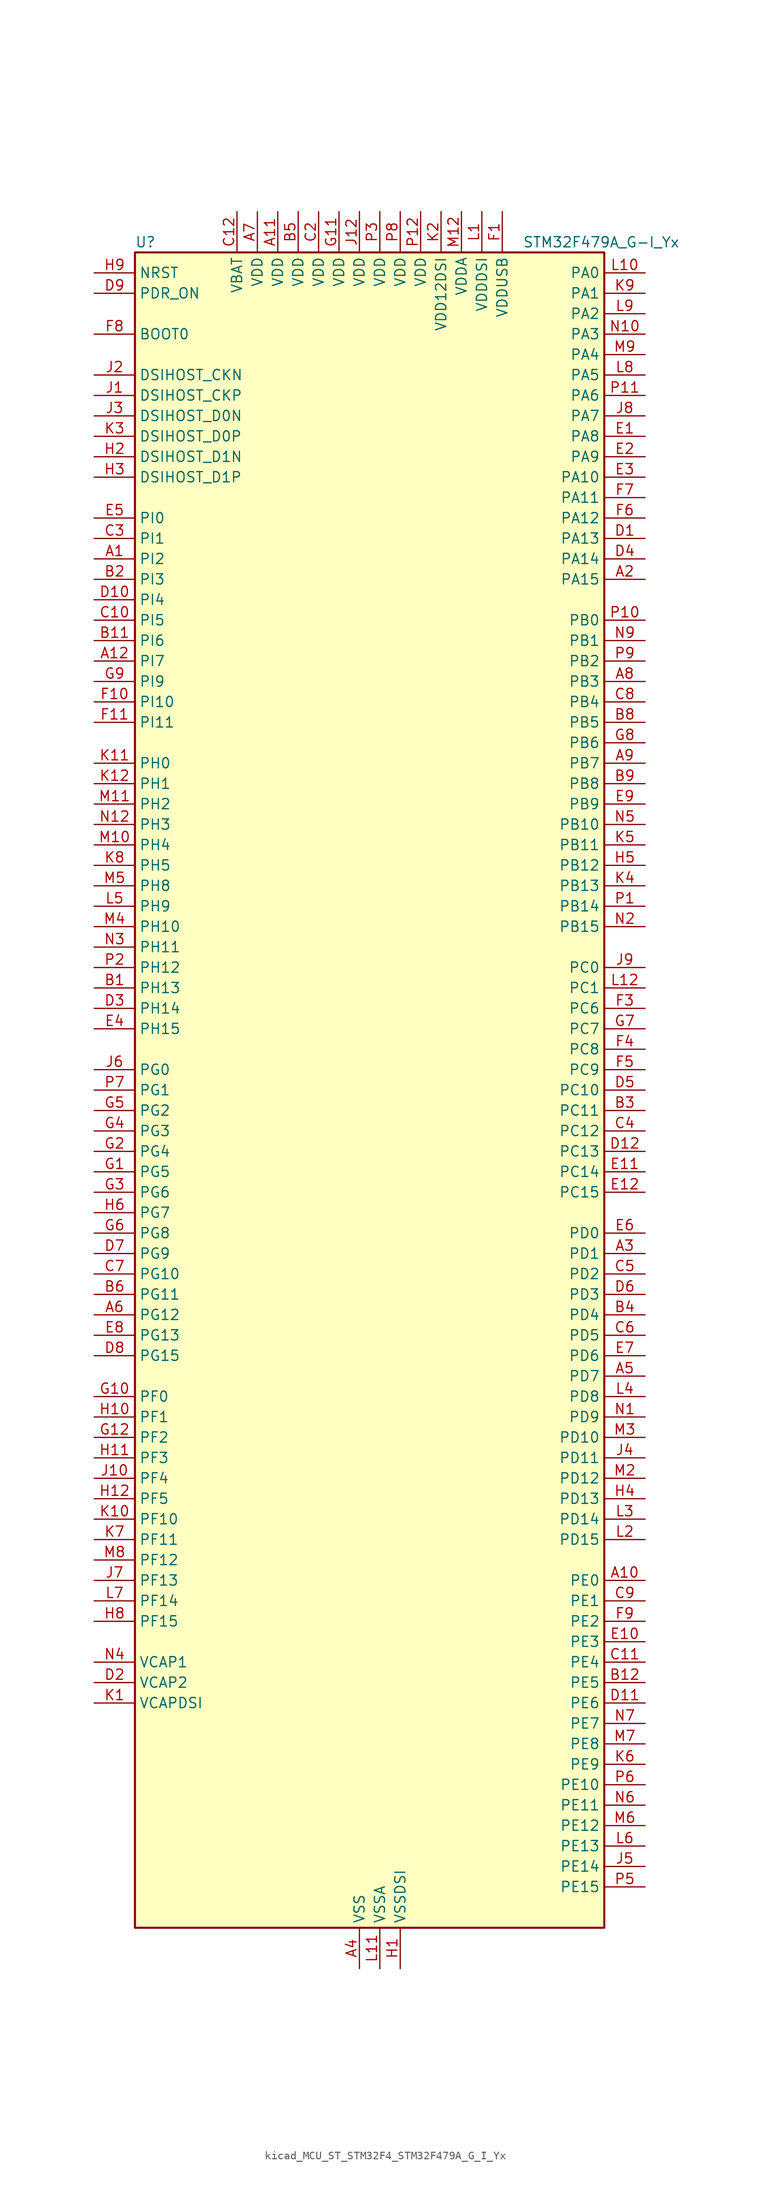
<source format=kicad_sym>
(kicad_symbol_lib
  (version 20220914)
  (generator kicad_symbol_editor)
  (symbol "kicad_MCU_ST_STM32F4_STM32F479A_G_I_Yx"
    (property "Reference" "U"
      (at -27.94 105.41 0)
      (effects (font (size 1.27 1.27)) (justify left)))
    (property "Value" "STM32F479A_G-I_Yx"
      (at 20.32 105.41 0)
      (effects (font (size 1.27 1.27)) (justify left)))
    (property "ki_locked" ""
      (at 0 0 0)
      (effects (font (size 1.27 1.27))))
    (symbol "kicad_MCU_ST_STM32F4_STM32F479A_G_I_Yx_0_1"
      (rectangle (start -27.94 -104.14) (end 30.48 104.14) (stroke (width 0.254) (type default)) (fill (type background))))
    (symbol "kicad_MCU_ST_STM32F4_STM32F479A_G_I_Yx_1_1"
      (pin bidirectional line (at -33.02 66.04 0) (length 5.08) (name "PI2" (effects (font (size 1.27 1.27)))) (number "A1" (effects (font (size 1.27 1.27)))) (alternate "DCMI_D9" bidirectional line) (alternate "FMC_D26" bidirectional line) (alternate "I2S2_ext_SD" bidirectional line) (alternate "LTDC_G7" bidirectional line) (alternate "SPI2_MISO" bidirectional line) (alternate "TIM8_CH4" bidirectional line))
      (pin bidirectional line (at 35.56 -60.96 180) (length 5.08) (name "PE0" (effects (font (size 1.27 1.27)))) (number "A10" (effects (font (size 1.27 1.27)))) (alternate "DCMI_D2" bidirectional line) (alternate "FMC_NBL0" bidirectional line) (alternate "TIM4_ETR" bidirectional line) (alternate "UART8_RX" bidirectional line))
      (pin power_in line (at -10.16 109.22 270) (length 5.08) (name "VDD" (effects (font (size 1.27 1.27)))) (number "A11" (effects (font (size 1.27 1.27)))))
      (pin bidirectional line (at -33.02 53.34 0) (length 5.08) (name "PI7" (effects (font (size 1.27 1.27)))) (number "A12" (effects (font (size 1.27 1.27)))) (alternate "DCMI_D7" bidirectional line) (alternate "FMC_D29" bidirectional line) (alternate "LTDC_B7" bidirectional line) (alternate "TIM8_CH3" bidirectional line))
      (pin bidirectional line (at 35.56 63.5 180) (length 5.08) (name "PA15" (effects (font (size 1.27 1.27)))) (number "A2" (effects (font (size 1.27 1.27)))) (alternate "ADC1_EXTI15" bidirectional line) (alternate "ADC2_EXTI15" bidirectional line) (alternate "ADC3_EXTI15" bidirectional line) (alternate "I2S3_WS" bidirectional line) (alternate "SPI1_NSS" bidirectional line) (alternate "SPI3_NSS" bidirectional line) (alternate "SYS_JTDI" bidirectional line) (alternate "TIM2_CH1" bidirectional line) (alternate "TIM2_ETR" bidirectional line))
      (pin bidirectional line (at 35.56 -20.32 180) (length 5.08) (name "PD1" (effects (font (size 1.27 1.27)))) (number "A3" (effects (font (size 1.27 1.27)))) (alternate "CAN1_TX" bidirectional line) (alternate "FMC_D3" bidirectional line) (alternate "FMC_DA3" bidirectional line))
      (pin power_in line (at 0 -109.22 90) (length 5.08) (name "VSS" (effects (font (size 1.27 1.27)))) (number "A4" (effects (font (size 1.27 1.27)))))
      (pin bidirectional line (at 35.56 -35.56 180) (length 5.08) (name "PD7" (effects (font (size 1.27 1.27)))) (number "A5" (effects (font (size 1.27 1.27)))) (alternate "FMC_NE1" bidirectional line) (alternate "USART2_CK" bidirectional line))
      (pin bidirectional line (at -33.02 -27.94 0) (length 5.08) (name "PG12" (effects (font (size 1.27 1.27)))) (number "A6" (effects (font (size 1.27 1.27)))) (alternate "FMC_NE4" bidirectional line) (alternate "LTDC_B1" bidirectional line) (alternate "LTDC_B4" bidirectional line) (alternate "SPI6_MISO" bidirectional line) (alternate "USART6_RTS" bidirectional line))
      (pin power_in line (at -12.7 109.22 270) (length 5.08) (name "VDD" (effects (font (size 1.27 1.27)))) (number "A7" (effects (font (size 1.27 1.27)))))
      (pin bidirectional line (at 35.56 50.8 180) (length 5.08) (name "PB3" (effects (font (size 1.27 1.27)))) (number "A8" (effects (font (size 1.27 1.27)))) (alternate "I2S3_CK" bidirectional line) (alternate "SPI1_SCK" bidirectional line) (alternate "SPI3_SCK" bidirectional line) (alternate "SYS_JTDO-SWO" bidirectional line) (alternate "TIM2_CH2" bidirectional line))
      (pin bidirectional line (at 35.56 40.64 180) (length 5.08) (name "PB7" (effects (font (size 1.27 1.27)))) (number "A9" (effects (font (size 1.27 1.27)))) (alternate "DCMI_VSYNC" bidirectional line) (alternate "FMC_NL" bidirectional line) (alternate "I2C1_SDA" bidirectional line) (alternate "TIM4_CH2" bidirectional line) (alternate "USART1_RX" bidirectional line))
      (pin bidirectional line (at -33.02 12.7 0) (length 5.08) (name "PH13" (effects (font (size 1.27 1.27)))) (number "B1" (effects (font (size 1.27 1.27)))) (alternate "CAN1_TX" bidirectional line) (alternate "FMC_D21" bidirectional line) (alternate "LTDC_G2" bidirectional line) (alternate "TIM8_CH1N" bidirectional line))
      (pin passive line (at 0 -109.22 90) (length 5.08) hide (name "VSS" (effects (font (size 1.27 1.27)))) (number "B10" (effects (font (size 1.27 1.27)))))
      (pin bidirectional line (at -33.02 55.88 0) (length 5.08) (name "PI6" (effects (font (size 1.27 1.27)))) (number "B11" (effects (font (size 1.27 1.27)))) (alternate "DCMI_D6" bidirectional line) (alternate "FMC_D28" bidirectional line) (alternate "LTDC_B6" bidirectional line) (alternate "TIM8_CH2" bidirectional line))
      (pin bidirectional line (at 35.56 -73.66 180) (length 5.08) (name "PE5" (effects (font (size 1.27 1.27)))) (number "B12" (effects (font (size 1.27 1.27)))) (alternate "DCMI_D6" bidirectional line) (alternate "FMC_A21" bidirectional line) (alternate "LTDC_G0" bidirectional line) (alternate "SAI1_SCK_A" bidirectional line) (alternate "SPI4_MISO" bidirectional line) (alternate "SYS_TRACED2" bidirectional line) (alternate "TIM9_CH1" bidirectional line))
      (pin bidirectional line (at -33.02 63.5 0) (length 5.08) (name "PI3" (effects (font (size 1.27 1.27)))) (number "B2" (effects (font (size 1.27 1.27)))) (alternate "DCMI_D10" bidirectional line) (alternate "FMC_D27" bidirectional line) (alternate "I2S2_SD" bidirectional line) (alternate "SPI2_MOSI" bidirectional line) (alternate "TIM8_ETR" bidirectional line))
      (pin bidirectional line (at 35.56 -2.54 180) (length 5.08) (name "PC11" (effects (font (size 1.27 1.27)))) (number "B3" (effects (font (size 1.27 1.27)))) (alternate "ADC1_EXTI11" bidirectional line) (alternate "ADC2_EXTI11" bidirectional line) (alternate "ADC3_EXTI11" bidirectional line) (alternate "DCMI_D4" bidirectional line) (alternate "I2S3_ext_SD" bidirectional line) (alternate "QUADSPI_BK2_NCS" bidirectional line) (alternate "SDIO_D3" bidirectional line) (alternate "SPI3_MISO" bidirectional line) (alternate "UART4_RX" bidirectional line) (alternate "USART3_RX" bidirectional line))
      (pin bidirectional line (at 35.56 -27.94 180) (length 5.08) (name "PD4" (effects (font (size 1.27 1.27)))) (number "B4" (effects (font (size 1.27 1.27)))) (alternate "FMC_NOE" bidirectional line) (alternate "USART2_RTS" bidirectional line))
      (pin power_in line (at -7.62 109.22 270) (length 5.08) (name "VDD" (effects (font (size 1.27 1.27)))) (number "B5" (effects (font (size 1.27 1.27)))))
      (pin bidirectional line (at -33.02 -25.4 0) (length 5.08) (name "PG11" (effects (font (size 1.27 1.27)))) (number "B6" (effects (font (size 1.27 1.27)))) (alternate "ADC1_EXTI11" bidirectional line) (alternate "ADC2_EXTI11" bidirectional line) (alternate "ADC3_EXTI11" bidirectional line) (alternate "DCMI_D3" bidirectional line) (alternate "LTDC_B3" bidirectional line))
      (pin passive line (at 0 -109.22 90) (length 5.08) hide (name "VSS" (effects (font (size 1.27 1.27)))) (number "B7" (effects (font (size 1.27 1.27)))))
      (pin bidirectional line (at 35.56 45.72 180) (length 5.08) (name "PB5" (effects (font (size 1.27 1.27)))) (number "B8" (effects (font (size 1.27 1.27)))) (alternate "CAN2_RX" bidirectional line) (alternate "DCMI_D10" bidirectional line) (alternate "FMC_SDCKE1" bidirectional line) (alternate "I2C1_SMBA" bidirectional line) (alternate "I2S3_SD" bidirectional line) (alternate "LTDC_G7" bidirectional line) (alternate "SPI1_MOSI" bidirectional line) (alternate "SPI3_MOSI" bidirectional line) (alternate "TIM3_CH2" bidirectional line) (alternate "USB_OTG_HS_ULPI_D7" bidirectional line))
      (pin bidirectional line (at 35.56 38.1 180) (length 5.08) (name "PB8" (effects (font (size 1.27 1.27)))) (number "B9" (effects (font (size 1.27 1.27)))) (alternate "CAN1_RX" bidirectional line) (alternate "DCMI_D6" bidirectional line) (alternate "I2C1_SCL" bidirectional line) (alternate "LTDC_B6" bidirectional line) (alternate "SDIO_D4" bidirectional line) (alternate "TIM10_CH1" bidirectional line) (alternate "TIM4_CH3" bidirectional line))
      (pin passive line (at 0 -109.22 90) (length 5.08) hide (name "VSS" (effects (font (size 1.27 1.27)))) (number "C1" (effects (font (size 1.27 1.27)))))
      (pin bidirectional line (at -33.02 58.42 0) (length 5.08) (name "PI5" (effects (font (size 1.27 1.27)))) (number "C10" (effects (font (size 1.27 1.27)))) (alternate "DCMI_VSYNC" bidirectional line) (alternate "FMC_NBL3" bidirectional line) (alternate "LTDC_B5" bidirectional line) (alternate "TIM8_CH1" bidirectional line))
      (pin bidirectional line (at 35.56 -71.12 180) (length 5.08) (name "PE4" (effects (font (size 1.27 1.27)))) (number "C11" (effects (font (size 1.27 1.27)))) (alternate "DCMI_D4" bidirectional line) (alternate "FMC_A20" bidirectional line) (alternate "LTDC_B0" bidirectional line) (alternate "SAI1_FS_A" bidirectional line) (alternate "SPI4_NSS" bidirectional line) (alternate "SYS_TRACED1" bidirectional line))
      (pin power_in line (at -15.24 109.22 270) (length 5.08) (name "VBAT" (effects (font (size 1.27 1.27)))) (number "C12" (effects (font (size 1.27 1.27)))))
      (pin power_in line (at -5.08 109.22 270) (length 5.08) (name "VDD" (effects (font (size 1.27 1.27)))) (number "C2" (effects (font (size 1.27 1.27)))))
      (pin bidirectional line (at -33.02 68.58 0) (length 5.08) (name "PI1" (effects (font (size 1.27 1.27)))) (number "C3" (effects (font (size 1.27 1.27)))) (alternate "DCMI_D8" bidirectional line) (alternate "FMC_D25" bidirectional line) (alternate "I2S2_CK" bidirectional line) (alternate "LTDC_G6" bidirectional line) (alternate "SPI2_SCK" bidirectional line))
      (pin bidirectional line (at 35.56 -5.08 180) (length 5.08) (name "PC12" (effects (font (size 1.27 1.27)))) (number "C4" (effects (font (size 1.27 1.27)))) (alternate "DCMI_D9" bidirectional line) (alternate "I2S3_SD" bidirectional line) (alternate "SDIO_CK" bidirectional line) (alternate "SPI3_MOSI" bidirectional line) (alternate "SYS_TRACED3" bidirectional line) (alternate "UART5_TX" bidirectional line) (alternate "USART3_CK" bidirectional line))
      (pin bidirectional line (at 35.56 -22.86 180) (length 5.08) (name "PD2" (effects (font (size 1.27 1.27)))) (number "C5" (effects (font (size 1.27 1.27)))) (alternate "DCMI_D11" bidirectional line) (alternate "SDIO_CMD" bidirectional line) (alternate "SYS_TRACED2" bidirectional line) (alternate "TIM3_ETR" bidirectional line) (alternate "UART5_RX" bidirectional line))
      (pin bidirectional line (at 35.56 -30.48 180) (length 5.08) (name "PD5" (effects (font (size 1.27 1.27)))) (number "C6" (effects (font (size 1.27 1.27)))) (alternate "FMC_NWE" bidirectional line) (alternate "USART2_TX" bidirectional line))
      (pin bidirectional line (at -33.02 -22.86 0) (length 5.08) (name "PG10" (effects (font (size 1.27 1.27)))) (number "C7" (effects (font (size 1.27 1.27)))) (alternate "DCMI_D2" bidirectional line) (alternate "FMC_NE3" bidirectional line) (alternate "LTDC_B2" bidirectional line) (alternate "LTDC_G3" bidirectional line))
      (pin bidirectional line (at 35.56 48.26 180) (length 5.08) (name "PB4" (effects (font (size 1.27 1.27)))) (number "C8" (effects (font (size 1.27 1.27)))) (alternate "I2S3_ext_SD" bidirectional line) (alternate "SPI1_MISO" bidirectional line) (alternate "SPI3_MISO" bidirectional line) (alternate "SYS_JTRST" bidirectional line) (alternate "TIM3_CH1" bidirectional line))
      (pin bidirectional line (at 35.56 -63.5 180) (length 5.08) (name "PE1" (effects (font (size 1.27 1.27)))) (number "C9" (effects (font (size 1.27 1.27)))) (alternate "DCMI_D3" bidirectional line) (alternate "FMC_NBL1" bidirectional line) (alternate "UART8_TX" bidirectional line))
      (pin bidirectional line (at 35.56 68.58 180) (length 5.08) (name "PA13" (effects (font (size 1.27 1.27)))) (number "D1" (effects (font (size 1.27 1.27)))) (alternate "SYS_JTMS-SWDIO" bidirectional line))
      (pin bidirectional line (at -33.02 60.96 0) (length 5.08) (name "PI4" (effects (font (size 1.27 1.27)))) (number "D10" (effects (font (size 1.27 1.27)))) (alternate "DCMI_D5" bidirectional line) (alternate "FMC_NBL2" bidirectional line) (alternate "LTDC_B4" bidirectional line) (alternate "TIM8_BKIN" bidirectional line))
      (pin bidirectional line (at 35.56 -76.2 180) (length 5.08) (name "PE6" (effects (font (size 1.27 1.27)))) (number "D11" (effects (font (size 1.27 1.27)))) (alternate "DCMI_D7" bidirectional line) (alternate "FMC_A22" bidirectional line) (alternate "LTDC_G1" bidirectional line) (alternate "SAI1_SD_A" bidirectional line) (alternate "SPI4_MOSI" bidirectional line) (alternate "SYS_TRACED3" bidirectional line) (alternate "TIM9_CH2" bidirectional line))
      (pin bidirectional line (at 35.56 -7.62 180) (length 5.08) (name "PC13" (effects (font (size 1.27 1.27)))) (number "D12" (effects (font (size 1.27 1.27)))) (alternate "RTC_AF1" bidirectional line))
      (pin power_out line (at -33.02 -73.66 0) (length 5.08) (name "VCAP2" (effects (font (size 1.27 1.27)))) (number "D2" (effects (font (size 1.27 1.27)))))
      (pin bidirectional line (at -33.02 10.16 0) (length 5.08) (name "PH14" (effects (font (size 1.27 1.27)))) (number "D3" (effects (font (size 1.27 1.27)))) (alternate "DCMI_D4" bidirectional line) (alternate "FMC_D22" bidirectional line) (alternate "LTDC_G3" bidirectional line) (alternate "TIM8_CH2N" bidirectional line))
      (pin bidirectional line (at 35.56 66.04 180) (length 5.08) (name "PA14" (effects (font (size 1.27 1.27)))) (number "D4" (effects (font (size 1.27 1.27)))) (alternate "SYS_JTCK-SWCLK" bidirectional line))
      (pin bidirectional line (at 35.56 0 180) (length 5.08) (name "PC10" (effects (font (size 1.27 1.27)))) (number "D5" (effects (font (size 1.27 1.27)))) (alternate "DCMI_D8" bidirectional line) (alternate "I2S3_CK" bidirectional line) (alternate "LTDC_R2" bidirectional line) (alternate "QUADSPI_BK1_IO1" bidirectional line) (alternate "SDIO_D2" bidirectional line) (alternate "SPI3_SCK" bidirectional line) (alternate "UART4_TX" bidirectional line) (alternate "USART3_TX" bidirectional line))
      (pin bidirectional line (at 35.56 -25.4 180) (length 5.08) (name "PD3" (effects (font (size 1.27 1.27)))) (number "D6" (effects (font (size 1.27 1.27)))) (alternate "DCMI_D5" bidirectional line) (alternate "FMC_CLK" bidirectional line) (alternate "I2S2_CK" bidirectional line) (alternate "LTDC_G7" bidirectional line) (alternate "SPI2_SCK" bidirectional line) (alternate "USART2_CTS" bidirectional line))
      (pin bidirectional line (at -33.02 -20.32 0) (length 5.08) (name "PG9" (effects (font (size 1.27 1.27)))) (number "D7" (effects (font (size 1.27 1.27)))) (alternate "DAC_EXTI9" bidirectional line) (alternate "DCMI_VSYNC" bidirectional line) (alternate "FMC_NCE" bidirectional line) (alternate "FMC_NE2" bidirectional line) (alternate "QUADSPI_BK2_IO2" bidirectional line) (alternate "USART6_RX" bidirectional line))
      (pin bidirectional line (at -33.02 -33.02 0) (length 5.08) (name "PG15" (effects (font (size 1.27 1.27)))) (number "D8" (effects (font (size 1.27 1.27)))) (alternate "ADC1_EXTI15" bidirectional line) (alternate "ADC2_EXTI15" bidirectional line) (alternate "ADC3_EXTI15" bidirectional line) (alternate "DCMI_D13" bidirectional line) (alternate "FMC_SDNCAS" bidirectional line) (alternate "USART6_CTS" bidirectional line))
      (pin input line (at -33.02 99.06 0) (length 5.08) (name "PDR_ON" (effects (font (size 1.27 1.27)))) (number "D9" (effects (font (size 1.27 1.27)))))
      (pin bidirectional line (at 35.56 81.28 180) (length 5.08) (name "PA8" (effects (font (size 1.27 1.27)))) (number "E1" (effects (font (size 1.27 1.27)))) (alternate "I2C3_SCL" bidirectional line) (alternate "LTDC_R6" bidirectional line) (alternate "RCC_MCO_1" bidirectional line) (alternate "TIM1_CH1" bidirectional line) (alternate "USART1_CK" bidirectional line) (alternate "USB_OTG_FS_SOF" bidirectional line))
      (pin bidirectional line (at 35.56 -68.58 180) (length 5.08) (name "PE3" (effects (font (size 1.27 1.27)))) (number "E10" (effects (font (size 1.27 1.27)))) (alternate "FMC_A19" bidirectional line) (alternate "SAI1_SD_B" bidirectional line) (alternate "SYS_TRACED0" bidirectional line))
      (pin bidirectional line (at 35.56 -10.16 180) (length 5.08) (name "PC14" (effects (font (size 1.27 1.27)))) (number "E11" (effects (font (size 1.27 1.27)))) (alternate "RCC_OSC32_IN" bidirectional line))
      (pin bidirectional line (at 35.56 -12.7 180) (length 5.08) (name "PC15" (effects (font (size 1.27 1.27)))) (number "E12" (effects (font (size 1.27 1.27)))) (alternate "ADC1_EXTI15" bidirectional line) (alternate "ADC2_EXTI15" bidirectional line) (alternate "ADC3_EXTI15" bidirectional line) (alternate "RCC_OSC32_OUT" bidirectional line))
      (pin bidirectional line (at 35.56 78.74 180) (length 5.08) (name "PA9" (effects (font (size 1.27 1.27)))) (number "E2" (effects (font (size 1.27 1.27)))) (alternate "DAC_EXTI9" bidirectional line) (alternate "DCMI_D0" bidirectional line) (alternate "I2C3_SMBA" bidirectional line) (alternate "I2S2_CK" bidirectional line) (alternate "SPI2_SCK" bidirectional line) (alternate "TIM1_CH2" bidirectional line) (alternate "USART1_TX" bidirectional line) (alternate "USB_OTG_FS_VBUS" bidirectional line))
      (pin bidirectional line (at 35.56 76.2 180) (length 5.08) (name "PA10" (effects (font (size 1.27 1.27)))) (number "E3" (effects (font (size 1.27 1.27)))) (alternate "DCMI_D1" bidirectional line) (alternate "TIM1_CH3" bidirectional line) (alternate "USART1_RX" bidirectional line) (alternate "USB_OTG_FS_ID" bidirectional line))
      (pin bidirectional line (at -33.02 7.62 0) (length 5.08) (name "PH15" (effects (font (size 1.27 1.27)))) (number "E4" (effects (font (size 1.27 1.27)))) (alternate "ADC1_EXTI15" bidirectional line) (alternate "ADC2_EXTI15" bidirectional line) (alternate "ADC3_EXTI15" bidirectional line) (alternate "DCMI_D11" bidirectional line) (alternate "FMC_D23" bidirectional line) (alternate "LTDC_G4" bidirectional line) (alternate "TIM8_CH3N" bidirectional line))
      (pin bidirectional line (at -33.02 71.12 0) (length 5.08) (name "PI0" (effects (font (size 1.27 1.27)))) (number "E5" (effects (font (size 1.27 1.27)))) (alternate "DCMI_D13" bidirectional line) (alternate "FMC_D24" bidirectional line) (alternate "I2S2_WS" bidirectional line) (alternate "LTDC_G5" bidirectional line) (alternate "SPI2_NSS" bidirectional line) (alternate "TIM5_CH4" bidirectional line))
      (pin bidirectional line (at 35.56 -17.78 180) (length 5.08) (name "PD0" (effects (font (size 1.27 1.27)))) (number "E6" (effects (font (size 1.27 1.27)))) (alternate "CAN1_RX" bidirectional line) (alternate "FMC_D2" bidirectional line) (alternate "FMC_DA2" bidirectional line))
      (pin bidirectional line (at 35.56 -33.02 180) (length 5.08) (name "PD6" (effects (font (size 1.27 1.27)))) (number "E7" (effects (font (size 1.27 1.27)))) (alternate "DCMI_D10" bidirectional line) (alternate "FMC_NWAIT" bidirectional line) (alternate "I2S3_SD" bidirectional line) (alternate "LTDC_B2" bidirectional line) (alternate "SAI1_SD_A" bidirectional line) (alternate "SPI3_MOSI" bidirectional line) (alternate "USART2_RX" bidirectional line))
      (pin bidirectional line (at -33.02 -30.48 0) (length 5.08) (name "PG13" (effects (font (size 1.27 1.27)))) (number "E8" (effects (font (size 1.27 1.27)))) (alternate "FMC_A24" bidirectional line) (alternate "LTDC_R0" bidirectional line) (alternate "SPI6_SCK" bidirectional line) (alternate "SYS_TRACED0" bidirectional line) (alternate "USART6_CTS" bidirectional line))
      (pin bidirectional line (at 35.56 35.56 180) (length 5.08) (name "PB9" (effects (font (size 1.27 1.27)))) (number "E9" (effects (font (size 1.27 1.27)))) (alternate "CAN1_TX" bidirectional line) (alternate "DAC_EXTI9" bidirectional line) (alternate "DCMI_D7" bidirectional line) (alternate "I2C1_SDA" bidirectional line) (alternate "I2S2_WS" bidirectional line) (alternate "LTDC_B7" bidirectional line) (alternate "SDIO_D5" bidirectional line) (alternate "SPI2_NSS" bidirectional line) (alternate "TIM11_CH1" bidirectional line) (alternate "TIM4_CH4" bidirectional line))
      (pin power_in line (at 17.78 109.22 270) (length 5.08) (name "VDDUSB" (effects (font (size 1.27 1.27)))) (number "F1" (effects (font (size 1.27 1.27)))))
      (pin bidirectional line (at -33.02 48.26 0) (length 5.08) (name "PI10" (effects (font (size 1.27 1.27)))) (number "F10" (effects (font (size 1.27 1.27)))) (alternate "FMC_D31" bidirectional line) (alternate "LTDC_HSYNC" bidirectional line))
      (pin bidirectional line (at -33.02 45.72 0) (length 5.08) (name "PI11" (effects (font (size 1.27 1.27)))) (number "F11" (effects (font (size 1.27 1.27)))) (alternate "ADC1_EXTI11" bidirectional line) (alternate "ADC2_EXTI11" bidirectional line) (alternate "ADC3_EXTI11" bidirectional line) (alternate "LTDC_G6" bidirectional line) (alternate "USB_OTG_HS_ULPI_DIR" bidirectional line))
      (pin passive line (at 0 -109.22 90) (length 5.08) hide (name "VSS" (effects (font (size 1.27 1.27)))) (number "F12" (effects (font (size 1.27 1.27)))))
      (pin passive line (at 0 -109.22 90) (length 5.08) hide (name "VSS" (effects (font (size 1.27 1.27)))) (number "F2" (effects (font (size 1.27 1.27)))))
      (pin bidirectional line (at 35.56 10.16 180) (length 5.08) (name "PC6" (effects (font (size 1.27 1.27)))) (number "F3" (effects (font (size 1.27 1.27)))) (alternate "DCMI_D0" bidirectional line) (alternate "I2S2_MCK" bidirectional line) (alternate "LTDC_HSYNC" bidirectional line) (alternate "SDIO_D6" bidirectional line) (alternate "TIM3_CH1" bidirectional line) (alternate "TIM8_CH1" bidirectional line) (alternate "USART6_TX" bidirectional line))
      (pin bidirectional line (at 35.56 5.08 180) (length 5.08) (name "PC8" (effects (font (size 1.27 1.27)))) (number "F4" (effects (font (size 1.27 1.27)))) (alternate "DCMI_D2" bidirectional line) (alternate "SDIO_D0" bidirectional line) (alternate "SYS_TRACED1" bidirectional line) (alternate "TIM3_CH3" bidirectional line) (alternate "TIM8_CH3" bidirectional line) (alternate "USART6_CK" bidirectional line))
      (pin bidirectional line (at 35.56 2.54 180) (length 5.08) (name "PC9" (effects (font (size 1.27 1.27)))) (number "F5" (effects (font (size 1.27 1.27)))) (alternate "DAC_EXTI9" bidirectional line) (alternate "DCMI_D3" bidirectional line) (alternate "I2C3_SDA" bidirectional line) (alternate "I2S_CKIN" bidirectional line) (alternate "QUADSPI_BK1_IO0" bidirectional line) (alternate "RCC_MCO_2" bidirectional line) (alternate "SDIO_D1" bidirectional line) (alternate "TIM3_CH4" bidirectional line) (alternate "TIM8_CH4" bidirectional line))
      (pin bidirectional line (at 35.56 71.12 180) (length 5.08) (name "PA12" (effects (font (size 1.27 1.27)))) (number "F6" (effects (font (size 1.27 1.27)))) (alternate "CAN1_TX" bidirectional line) (alternate "LTDC_R5" bidirectional line) (alternate "TIM1_ETR" bidirectional line) (alternate "USART1_RTS" bidirectional line) (alternate "USB_OTG_FS_DP" bidirectional line))
      (pin bidirectional line (at 35.56 73.66 180) (length 5.08) (name "PA11" (effects (font (size 1.27 1.27)))) (number "F7" (effects (font (size 1.27 1.27)))) (alternate "ADC1_EXTI11" bidirectional line) (alternate "ADC2_EXTI11" bidirectional line) (alternate "ADC3_EXTI11" bidirectional line) (alternate "CAN1_RX" bidirectional line) (alternate "LTDC_R4" bidirectional line) (alternate "TIM1_CH4" bidirectional line) (alternate "USART1_CTS" bidirectional line) (alternate "USB_OTG_FS_DM" bidirectional line))
      (pin input line (at -33.02 93.98 0) (length 5.08) (name "BOOT0" (effects (font (size 1.27 1.27)))) (number "F8" (effects (font (size 1.27 1.27)))))
      (pin bidirectional line (at 35.56 -66.04 180) (length 5.08) (name "PE2" (effects (font (size 1.27 1.27)))) (number "F9" (effects (font (size 1.27 1.27)))) (alternate "FMC_A23" bidirectional line) (alternate "QUADSPI_BK1_IO2" bidirectional line) (alternate "SAI1_MCLK_A" bidirectional line) (alternate "SPI4_SCK" bidirectional line) (alternate "SYS_TRACECLK" bidirectional line))
      (pin bidirectional line (at -33.02 -10.16 0) (length 5.08) (name "PG5" (effects (font (size 1.27 1.27)))) (number "G1" (effects (font (size 1.27 1.27)))) (alternate "FMC_A15" bidirectional line) (alternate "FMC_BA1" bidirectional line))
      (pin bidirectional line (at -33.02 -38.1 0) (length 5.08) (name "PF0" (effects (font (size 1.27 1.27)))) (number "G10" (effects (font (size 1.27 1.27)))) (alternate "FMC_A0" bidirectional line) (alternate "I2C2_SDA" bidirectional line))
      (pin power_in line (at -2.54 109.22 270) (length 5.08) (name "VDD" (effects (font (size 1.27 1.27)))) (number "G11" (effects (font (size 1.27 1.27)))))
      (pin bidirectional line (at -33.02 -43.18 0) (length 5.08) (name "PF2" (effects (font (size 1.27 1.27)))) (number "G12" (effects (font (size 1.27 1.27)))) (alternate "FMC_A2" bidirectional line) (alternate "I2C2_SMBA" bidirectional line))
      (pin bidirectional line (at -33.02 -7.62 0) (length 5.08) (name "PG4" (effects (font (size 1.27 1.27)))) (number "G2" (effects (font (size 1.27 1.27)))) (alternate "FMC_A14" bidirectional line) (alternate "FMC_BA0" bidirectional line))
      (pin bidirectional line (at -33.02 -12.7 0) (length 5.08) (name "PG6" (effects (font (size 1.27 1.27)))) (number "G3" (effects (font (size 1.27 1.27)))) (alternate "DCMI_D12" bidirectional line) (alternate "LTDC_R7" bidirectional line))
      (pin bidirectional line (at -33.02 -5.08 0) (length 5.08) (name "PG3" (effects (font (size 1.27 1.27)))) (number "G4" (effects (font (size 1.27 1.27)))) (alternate "FMC_A13" bidirectional line))
      (pin bidirectional line (at -33.02 -2.54 0) (length 5.08) (name "PG2" (effects (font (size 1.27 1.27)))) (number "G5" (effects (font (size 1.27 1.27)))) (alternate "FMC_A12" bidirectional line))
      (pin bidirectional line (at -33.02 -17.78 0) (length 5.08) (name "PG8" (effects (font (size 1.27 1.27)))) (number "G6" (effects (font (size 1.27 1.27)))) (alternate "FMC_SDCLK" bidirectional line) (alternate "LTDC_G7" bidirectional line) (alternate "SPI6_NSS" bidirectional line) (alternate "USART6_RTS" bidirectional line))
      (pin bidirectional line (at 35.56 7.62 180) (length 5.08) (name "PC7" (effects (font (size 1.27 1.27)))) (number "G7" (effects (font (size 1.27 1.27)))) (alternate "DCMI_D1" bidirectional line) (alternate "I2S3_MCK" bidirectional line) (alternate "LTDC_G6" bidirectional line) (alternate "SDIO_D7" bidirectional line) (alternate "TIM3_CH2" bidirectional line) (alternate "TIM8_CH2" bidirectional line) (alternate "USART6_RX" bidirectional line))
      (pin bidirectional line (at 35.56 43.18 180) (length 5.08) (name "PB6" (effects (font (size 1.27 1.27)))) (number "G8" (effects (font (size 1.27 1.27)))) (alternate "CAN2_TX" bidirectional line) (alternate "DCMI_D5" bidirectional line) (alternate "FMC_SDNE1" bidirectional line) (alternate "I2C1_SCL" bidirectional line) (alternate "QUADSPI_BK1_NCS" bidirectional line) (alternate "TIM4_CH1" bidirectional line) (alternate "USART1_TX" bidirectional line))
      (pin bidirectional line (at -33.02 50.8 0) (length 5.08) (name "PI9" (effects (font (size 1.27 1.27)))) (number "G9" (effects (font (size 1.27 1.27)))) (alternate "CAN1_RX" bidirectional line) (alternate "DAC_EXTI9" bidirectional line) (alternate "FMC_D30" bidirectional line) (alternate "LTDC_VSYNC" bidirectional line))
      (pin power_in line (at 5.08 -109.22 90) (length 5.08) (name "VSSDSI" (effects (font (size 1.27 1.27)))) (number "H1" (effects (font (size 1.27 1.27)))))
      (pin bidirectional line (at -33.02 -40.64 0) (length 5.08) (name "PF1" (effects (font (size 1.27 1.27)))) (number "H10" (effects (font (size 1.27 1.27)))) (alternate "FMC_A1" bidirectional line) (alternate "I2C2_SCL" bidirectional line))
      (pin bidirectional line (at -33.02 -45.72 0) (length 5.08) (name "PF3" (effects (font (size 1.27 1.27)))) (number "H11" (effects (font (size 1.27 1.27)))) (alternate "ADC3_IN9" bidirectional line) (alternate "FMC_A3" bidirectional line))
      (pin bidirectional line (at -33.02 -50.8 0) (length 5.08) (name "PF5" (effects (font (size 1.27 1.27)))) (number "H12" (effects (font (size 1.27 1.27)))) (alternate "ADC3_IN15" bidirectional line) (alternate "FMC_A5" bidirectional line))
      (pin bidirectional line (at -33.02 78.74 0) (length 5.08) (name "DSIHOST_D1N" (effects (font (size 1.27 1.27)))) (number "H2" (effects (font (size 1.27 1.27)))) (alternate "DSIHOST_D1N" bidirectional line))
      (pin bidirectional line (at -33.02 76.2 0) (length 5.08) (name "DSIHOST_D1P" (effects (font (size 1.27 1.27)))) (number "H3" (effects (font (size 1.27 1.27)))) (alternate "DSIHOST_D1P" bidirectional line))
      (pin bidirectional line (at 35.56 -50.8 180) (length 5.08) (name "PD13" (effects (font (size 1.27 1.27)))) (number "H4" (effects (font (size 1.27 1.27)))) (alternate "FMC_A18" bidirectional line) (alternate "QUADSPI_BK1_IO3" bidirectional line) (alternate "TIM4_CH2" bidirectional line))
      (pin bidirectional line (at 35.56 27.94 180) (length 5.08) (name "PB12" (effects (font (size 1.27 1.27)))) (number "H5" (effects (font (size 1.27 1.27)))) (alternate "CAN2_RX" bidirectional line) (alternate "I2C2_SMBA" bidirectional line) (alternate "I2S2_WS" bidirectional line) (alternate "SPI2_NSS" bidirectional line) (alternate "TIM1_BKIN" bidirectional line) (alternate "USART3_CK" bidirectional line) (alternate "USB_OTG_HS_ID" bidirectional line) (alternate "USB_OTG_HS_ULPI_D5" bidirectional line))
      (pin bidirectional line (at -33.02 -15.24 0) (length 5.08) (name "PG7" (effects (font (size 1.27 1.27)))) (number "H6" (effects (font (size 1.27 1.27)))) (alternate "DCMI_D13" bidirectional line) (alternate "FMC_INT" bidirectional line) (alternate "LTDC_CLK" bidirectional line) (alternate "SAI1_MCLK_A" bidirectional line) (alternate "USART6_CK" bidirectional line))
      (pin passive line (at 0 -109.22 90) (length 5.08) hide (name "VSS" (effects (font (size 1.27 1.27)))) (number "H7" (effects (font (size 1.27 1.27)))))
      (pin bidirectional line (at -33.02 -66.04 0) (length 5.08) (name "PF15" (effects (font (size 1.27 1.27)))) (number "H8" (effects (font (size 1.27 1.27)))) (alternate "ADC1_EXTI15" bidirectional line) (alternate "ADC2_EXTI15" bidirectional line) (alternate "ADC3_EXTI15" bidirectional line) (alternate "FMC_A9" bidirectional line))
      (pin input line (at -33.02 101.6 0) (length 5.08) (name "NRST" (effects (font (size 1.27 1.27)))) (number "H9" (effects (font (size 1.27 1.27)))))
      (pin bidirectional line (at -33.02 86.36 0) (length 5.08) (name "DSIHOST_CKP" (effects (font (size 1.27 1.27)))) (number "J1" (effects (font (size 1.27 1.27)))) (alternate "DSIHOST_CKP" bidirectional line))
      (pin bidirectional line (at -33.02 -48.26 0) (length 5.08) (name "PF4" (effects (font (size 1.27 1.27)))) (number "J10" (effects (font (size 1.27 1.27)))) (alternate "ADC3_IN14" bidirectional line) (alternate "FMC_A4" bidirectional line))
      (pin passive line (at 0 -109.22 90) (length 5.08) hide (name "VSS" (effects (font (size 1.27 1.27)))) (number "J11" (effects (font (size 1.27 1.27)))))
      (pin power_in line (at 0 109.22 270) (length 5.08) (name "VDD" (effects (font (size 1.27 1.27)))) (number "J12" (effects (font (size 1.27 1.27)))))
      (pin bidirectional line (at -33.02 88.9 0) (length 5.08) (name "DSIHOST_CKN" (effects (font (size 1.27 1.27)))) (number "J2" (effects (font (size 1.27 1.27)))) (alternate "DSIHOST_CKN" bidirectional line))
      (pin bidirectional line (at -33.02 83.82 0) (length 5.08) (name "DSIHOST_D0N" (effects (font (size 1.27 1.27)))) (number "J3" (effects (font (size 1.27 1.27)))) (alternate "DSIHOST_D0N" bidirectional line))
      (pin bidirectional line (at 35.56 -45.72 180) (length 5.08) (name "PD11" (effects (font (size 1.27 1.27)))) (number "J4" (effects (font (size 1.27 1.27)))) (alternate "ADC1_EXTI11" bidirectional line) (alternate "ADC2_EXTI11" bidirectional line) (alternate "ADC3_EXTI11" bidirectional line) (alternate "FMC_A16" bidirectional line) (alternate "FMC_CLE" bidirectional line) (alternate "QUADSPI_BK1_IO0" bidirectional line) (alternate "USART3_CTS" bidirectional line))
      (pin bidirectional line (at 35.56 -96.52 180) (length 5.08) (name "PE14" (effects (font (size 1.27 1.27)))) (number "J5" (effects (font (size 1.27 1.27)))) (alternate "FMC_D11" bidirectional line) (alternate "FMC_DA11" bidirectional line) (alternate "LTDC_CLK" bidirectional line) (alternate "SPI4_MOSI" bidirectional line) (alternate "TIM1_CH4" bidirectional line))
      (pin bidirectional line (at -33.02 2.54 0) (length 5.08) (name "PG0" (effects (font (size 1.27 1.27)))) (number "J6" (effects (font (size 1.27 1.27)))) (alternate "FMC_A10" bidirectional line))
      (pin bidirectional line (at -33.02 -60.96 0) (length 5.08) (name "PF13" (effects (font (size 1.27 1.27)))) (number "J7" (effects (font (size 1.27 1.27)))) (alternate "FMC_A7" bidirectional line))
      (pin bidirectional line (at 35.56 83.82 180) (length 5.08) (name "PA7" (effects (font (size 1.27 1.27)))) (number "J8" (effects (font (size 1.27 1.27)))) (alternate "ADC1_IN7" bidirectional line) (alternate "ADC2_IN7" bidirectional line) (alternate "FMC_SDNWE" bidirectional line) (alternate "QUADSPI_CLK" bidirectional line) (alternate "SPI1_MOSI" bidirectional line) (alternate "TIM14_CH1" bidirectional line) (alternate "TIM1_CH1N" bidirectional line) (alternate "TIM3_CH2" bidirectional line) (alternate "TIM8_CH1N" bidirectional line))
      (pin bidirectional line (at 35.56 15.24 180) (length 5.08) (name "PC0" (effects (font (size 1.27 1.27)))) (number "J9" (effects (font (size 1.27 1.27)))) (alternate "ADC1_IN10" bidirectional line) (alternate "ADC2_IN10" bidirectional line) (alternate "ADC3_IN10" bidirectional line) (alternate "FMC_SDNWE" bidirectional line) (alternate "LTDC_R5" bidirectional line) (alternate "USB_OTG_HS_ULPI_STP" bidirectional line))
      (pin power_out line (at -33.02 -76.2 0) (length 5.08) (name "VCAPDSI" (effects (font (size 1.27 1.27)))) (number "K1" (effects (font (size 1.27 1.27)))))
      (pin bidirectional line (at -33.02 -53.34 0) (length 5.08) (name "PF10" (effects (font (size 1.27 1.27)))) (number "K10" (effects (font (size 1.27 1.27)))) (alternate "ADC3_IN8" bidirectional line) (alternate "DCMI_D11" bidirectional line) (alternate "LTDC_DE" bidirectional line) (alternate "QUADSPI_CLK" bidirectional line))
      (pin bidirectional line (at -33.02 40.64 0) (length 5.08) (name "PH0" (effects (font (size 1.27 1.27)))) (number "K11" (effects (font (size 1.27 1.27)))) (alternate "RCC_OSC_IN" bidirectional line))
      (pin bidirectional line (at -33.02 38.1 0) (length 5.08) (name "PH1" (effects (font (size 1.27 1.27)))) (number "K12" (effects (font (size 1.27 1.27)))) (alternate "RCC_OSC_OUT" bidirectional line))
      (pin power_in line (at 10.16 109.22 270) (length 5.08) (name "VDD12DSI" (effects (font (size 1.27 1.27)))) (number "K2" (effects (font (size 1.27 1.27)))))
      (pin bidirectional line (at -33.02 81.28 0) (length 5.08) (name "DSIHOST_D0P" (effects (font (size 1.27 1.27)))) (number "K3" (effects (font (size 1.27 1.27)))) (alternate "DSIHOST_D0P" bidirectional line))
      (pin bidirectional line (at 35.56 25.4 180) (length 5.08) (name "PB13" (effects (font (size 1.27 1.27)))) (number "K4" (effects (font (size 1.27 1.27)))) (alternate "CAN2_TX" bidirectional line) (alternate "I2S2_CK" bidirectional line) (alternate "SPI2_SCK" bidirectional line) (alternate "TIM1_CH1N" bidirectional line) (alternate "USART3_CTS" bidirectional line) (alternate "USB_OTG_HS_ULPI_D6" bidirectional line) (alternate "USB_OTG_HS_VBUS" bidirectional line))
      (pin bidirectional line (at 35.56 30.48 180) (length 5.08) (name "PB11" (effects (font (size 1.27 1.27)))) (number "K5" (effects (font (size 1.27 1.27)))) (alternate "ADC1_EXTI11" bidirectional line) (alternate "ADC2_EXTI11" bidirectional line) (alternate "ADC3_EXTI11" bidirectional line) (alternate "DSIHOST_TE" bidirectional line) (alternate "I2C2_SDA" bidirectional line) (alternate "LTDC_G5" bidirectional line) (alternate "TIM2_CH4" bidirectional line) (alternate "USART3_RX" bidirectional line) (alternate "USB_OTG_HS_ULPI_D4" bidirectional line))
      (pin bidirectional line (at 35.56 -83.82 180) (length 5.08) (name "PE9" (effects (font (size 1.27 1.27)))) (number "K6" (effects (font (size 1.27 1.27)))) (alternate "DAC_EXTI9" bidirectional line) (alternate "FMC_D6" bidirectional line) (alternate "FMC_DA6" bidirectional line) (alternate "QUADSPI_BK2_IO2" bidirectional line) (alternate "TIM1_CH1" bidirectional line))
      (pin bidirectional line (at -33.02 -55.88 0) (length 5.08) (name "PF11" (effects (font (size 1.27 1.27)))) (number "K7" (effects (font (size 1.27 1.27)))) (alternate "ADC1_EXTI11" bidirectional line) (alternate "ADC2_EXTI11" bidirectional line) (alternate "ADC3_EXTI11" bidirectional line) (alternate "DCMI_D12" bidirectional line) (alternate "FMC_SDNRAS" bidirectional line))
      (pin bidirectional line (at -33.02 27.94 0) (length 5.08) (name "PH5" (effects (font (size 1.27 1.27)))) (number "K8" (effects (font (size 1.27 1.27)))) (alternate "FMC_SDNWE" bidirectional line) (alternate "I2C2_SDA" bidirectional line))
      (pin bidirectional line (at 35.56 99.06 180) (length 5.08) (name "PA1" (effects (font (size 1.27 1.27)))) (number "K9" (effects (font (size 1.27 1.27)))) (alternate "ADC1_IN1" bidirectional line) (alternate "ADC2_IN1" bidirectional line) (alternate "ADC3_IN1" bidirectional line) (alternate "LTDC_R2" bidirectional line) (alternate "QUADSPI_BK1_IO3" bidirectional line) (alternate "TIM2_CH2" bidirectional line) (alternate "TIM5_CH2" bidirectional line) (alternate "UART4_RX" bidirectional line) (alternate "USART2_RTS" bidirectional line))
      (pin power_in line (at 15.24 109.22 270) (length 5.08) (name "VDDDSI" (effects (font (size 1.27 1.27)))) (number "L1" (effects (font (size 1.27 1.27)))))
      (pin bidirectional line (at 35.56 101.6 180) (length 5.08) (name "PA0" (effects (font (size 1.27 1.27)))) (number "L10" (effects (font (size 1.27 1.27)))) (alternate "ADC1_IN0" bidirectional line) (alternate "ADC2_IN0" bidirectional line) (alternate "ADC3_IN0" bidirectional line) (alternate "SYS_WKUP" bidirectional line) (alternate "TIM2_CH1" bidirectional line) (alternate "TIM2_ETR" bidirectional line) (alternate "TIM5_CH1" bidirectional line) (alternate "TIM8_ETR" bidirectional line) (alternate "UART4_TX" bidirectional line) (alternate "USART2_CTS" bidirectional line))
      (pin power_in line (at 2.54 -109.22 90) (length 5.08) (name "VSSA" (effects (font (size 1.27 1.27)))) (number "L11" (effects (font (size 1.27 1.27)))))
      (pin bidirectional line (at 35.56 12.7 180) (length 5.08) (name "PC1" (effects (font (size 1.27 1.27)))) (number "L12" (effects (font (size 1.27 1.27)))) (alternate "ADC1_IN11" bidirectional line) (alternate "ADC2_IN11" bidirectional line) (alternate "ADC3_IN11" bidirectional line) (alternate "I2S2_SD" bidirectional line) (alternate "SAI1_SD_A" bidirectional line) (alternate "SPI2_MOSI" bidirectional line) (alternate "SYS_TRACED0" bidirectional line))
      (pin bidirectional line (at 35.56 -55.88 180) (length 5.08) (name "PD15" (effects (font (size 1.27 1.27)))) (number "L2" (effects (font (size 1.27 1.27)))) (alternate "ADC1_EXTI15" bidirectional line) (alternate "ADC2_EXTI15" bidirectional line) (alternate "ADC3_EXTI15" bidirectional line) (alternate "FMC_D1" bidirectional line) (alternate "FMC_DA1" bidirectional line) (alternate "TIM4_CH4" bidirectional line))
      (pin bidirectional line (at 35.56 -53.34 180) (length 5.08) (name "PD14" (effects (font (size 1.27 1.27)))) (number "L3" (effects (font (size 1.27 1.27)))) (alternate "FMC_D0" bidirectional line) (alternate "FMC_DA0" bidirectional line) (alternate "TIM4_CH3" bidirectional line))
      (pin bidirectional line (at 35.56 -38.1 180) (length 5.08) (name "PD8" (effects (font (size 1.27 1.27)))) (number "L4" (effects (font (size 1.27 1.27)))) (alternate "FMC_D13" bidirectional line) (alternate "FMC_DA13" bidirectional line) (alternate "USART3_TX" bidirectional line))
      (pin bidirectional line (at -33.02 22.86 0) (length 5.08) (name "PH9" (effects (font (size 1.27 1.27)))) (number "L5" (effects (font (size 1.27 1.27)))) (alternate "DAC_EXTI9" bidirectional line) (alternate "DCMI_D0" bidirectional line) (alternate "FMC_D17" bidirectional line) (alternate "I2C3_SMBA" bidirectional line) (alternate "LTDC_R3" bidirectional line) (alternate "TIM12_CH2" bidirectional line))
      (pin bidirectional line (at 35.56 -93.98 180) (length 5.08) (name "PE13" (effects (font (size 1.27 1.27)))) (number "L6" (effects (font (size 1.27 1.27)))) (alternate "FMC_D10" bidirectional line) (alternate "FMC_DA10" bidirectional line) (alternate "LTDC_DE" bidirectional line) (alternate "SPI4_MISO" bidirectional line) (alternate "TIM1_CH3" bidirectional line))
      (pin bidirectional line (at -33.02 -63.5 0) (length 5.08) (name "PF14" (effects (font (size 1.27 1.27)))) (number "L7" (effects (font (size 1.27 1.27)))) (alternate "FMC_A8" bidirectional line))
      (pin bidirectional line (at 35.56 88.9 180) (length 5.08) (name "PA5" (effects (font (size 1.27 1.27)))) (number "L8" (effects (font (size 1.27 1.27)))) (alternate "ADC1_IN5" bidirectional line) (alternate "ADC2_IN5" bidirectional line) (alternate "DAC_OUT2" bidirectional line) (alternate "LTDC_R4" bidirectional line) (alternate "SPI1_SCK" bidirectional line) (alternate "TIM2_CH1" bidirectional line) (alternate "TIM2_ETR" bidirectional line) (alternate "TIM8_CH1N" bidirectional line) (alternate "USB_OTG_HS_ULPI_CK" bidirectional line))
      (pin bidirectional line (at 35.56 96.52 180) (length 5.08) (name "PA2" (effects (font (size 1.27 1.27)))) (number "L9" (effects (font (size 1.27 1.27)))) (alternate "ADC1_IN2" bidirectional line) (alternate "ADC2_IN2" bidirectional line) (alternate "ADC3_IN2" bidirectional line) (alternate "LTDC_R1" bidirectional line) (alternate "TIM2_CH3" bidirectional line) (alternate "TIM5_CH3" bidirectional line) (alternate "TIM9_CH1" bidirectional line) (alternate "USART2_TX" bidirectional line))
      (pin passive line (at 0 -109.22 90) (length 5.08) hide (name "VSS" (effects (font (size 1.27 1.27)))) (number "M1" (effects (font (size 1.27 1.27)))))
      (pin bidirectional line (at -33.02 30.48 0) (length 5.08) (name "PH4" (effects (font (size 1.27 1.27)))) (number "M10" (effects (font (size 1.27 1.27)))) (alternate "I2C2_SCL" bidirectional line) (alternate "LTDC_G4" bidirectional line) (alternate "LTDC_G5" bidirectional line) (alternate "USB_OTG_HS_ULPI_NXT" bidirectional line))
      (pin bidirectional line (at -33.02 35.56 0) (length 5.08) (name "PH2" (effects (font (size 1.27 1.27)))) (number "M11" (effects (font (size 1.27 1.27)))) (alternate "FMC_SDCKE0" bidirectional line) (alternate "LTDC_R0" bidirectional line) (alternate "QUADSPI_BK2_IO0" bidirectional line))
      (pin power_in line (at 12.7 109.22 270) (length 5.08) (name "VDDA" (effects (font (size 1.27 1.27)))) (number "M12" (effects (font (size 1.27 1.27)))))
      (pin bidirectional line (at 35.56 -48.26 180) (length 5.08) (name "PD12" (effects (font (size 1.27 1.27)))) (number "M2" (effects (font (size 1.27 1.27)))) (alternate "FMC_A17" bidirectional line) (alternate "FMC_ALE" bidirectional line) (alternate "QUADSPI_BK1_IO1" bidirectional line) (alternate "TIM4_CH1" bidirectional line) (alternate "USART3_RTS" bidirectional line))
      (pin bidirectional line (at 35.56 -43.18 180) (length 5.08) (name "PD10" (effects (font (size 1.27 1.27)))) (number "M3" (effects (font (size 1.27 1.27)))) (alternate "FMC_D15" bidirectional line) (alternate "FMC_DA15" bidirectional line) (alternate "LTDC_B3" bidirectional line) (alternate "USART3_CK" bidirectional line))
      (pin bidirectional line (at -33.02 20.32 0) (length 5.08) (name "PH10" (effects (font (size 1.27 1.27)))) (number "M4" (effects (font (size 1.27 1.27)))) (alternate "DCMI_D1" bidirectional line) (alternate "FMC_D18" bidirectional line) (alternate "LTDC_R4" bidirectional line) (alternate "TIM5_CH1" bidirectional line))
      (pin bidirectional line (at -33.02 25.4 0) (length 5.08) (name "PH8" (effects (font (size 1.27 1.27)))) (number "M5" (effects (font (size 1.27 1.27)))) (alternate "DCMI_HSYNC" bidirectional line) (alternate "FMC_D16" bidirectional line) (alternate "I2C3_SDA" bidirectional line) (alternate "LTDC_R2" bidirectional line))
      (pin bidirectional line (at 35.56 -91.44 180) (length 5.08) (name "PE12" (effects (font (size 1.27 1.27)))) (number "M6" (effects (font (size 1.27 1.27)))) (alternate "FMC_D9" bidirectional line) (alternate "FMC_DA9" bidirectional line) (alternate "LTDC_B4" bidirectional line) (alternate "SPI4_SCK" bidirectional line) (alternate "TIM1_CH3N" bidirectional line))
      (pin bidirectional line (at 35.56 -81.28 180) (length 5.08) (name "PE8" (effects (font (size 1.27 1.27)))) (number "M7" (effects (font (size 1.27 1.27)))) (alternate "FMC_D5" bidirectional line) (alternate "FMC_DA5" bidirectional line) (alternate "QUADSPI_BK2_IO1" bidirectional line) (alternate "TIM1_CH1N" bidirectional line) (alternate "UART7_TX" bidirectional line))
      (pin bidirectional line (at -33.02 -58.42 0) (length 5.08) (name "PF12" (effects (font (size 1.27 1.27)))) (number "M8" (effects (font (size 1.27 1.27)))) (alternate "FMC_A6" bidirectional line))
      (pin bidirectional line (at 35.56 91.44 180) (length 5.08) (name "PA4" (effects (font (size 1.27 1.27)))) (number "M9" (effects (font (size 1.27 1.27)))) (alternate "ADC1_IN4" bidirectional line) (alternate "ADC2_IN4" bidirectional line) (alternate "DAC_OUT1" bidirectional line) (alternate "DCMI_HSYNC" bidirectional line) (alternate "I2S3_WS" bidirectional line) (alternate "LTDC_VSYNC" bidirectional line) (alternate "SPI1_NSS" bidirectional line) (alternate "SPI3_NSS" bidirectional line) (alternate "USART2_CK" bidirectional line) (alternate "USB_OTG_HS_SOF" bidirectional line))
      (pin bidirectional line (at 35.56 -40.64 180) (length 5.08) (name "PD9" (effects (font (size 1.27 1.27)))) (number "N1" (effects (font (size 1.27 1.27)))) (alternate "DAC_EXTI9" bidirectional line) (alternate "FMC_D14" bidirectional line) (alternate "FMC_DA14" bidirectional line) (alternate "USART3_RX" bidirectional line))
      (pin bidirectional line (at 35.56 93.98 180) (length 5.08) (name "PA3" (effects (font (size 1.27 1.27)))) (number "N10" (effects (font (size 1.27 1.27)))) (alternate "ADC1_IN3" bidirectional line) (alternate "ADC2_IN3" bidirectional line) (alternate "ADC3_IN3" bidirectional line) (alternate "LTDC_B2" bidirectional line) (alternate "LTDC_B5" bidirectional line) (alternate "TIM2_CH4" bidirectional line) (alternate "TIM5_CH4" bidirectional line) (alternate "TIM9_CH2" bidirectional line) (alternate "USART2_RX" bidirectional line) (alternate "USB_OTG_HS_ULPI_D0" bidirectional line))
      (pin passive line (at 0 -109.22 90) (length 5.08) hide (name "VSS" (effects (font (size 1.27 1.27)))) (number "N11" (effects (font (size 1.27 1.27)))))
      (pin bidirectional line (at -33.02 33.02 0) (length 5.08) (name "PH3" (effects (font (size 1.27 1.27)))) (number "N12" (effects (font (size 1.27 1.27)))) (alternate "FMC_SDNE0" bidirectional line) (alternate "LTDC_R1" bidirectional line) (alternate "QUADSPI_BK2_IO1" bidirectional line))
      (pin bidirectional line (at 35.56 20.32 180) (length 5.08) (name "PB15" (effects (font (size 1.27 1.27)))) (number "N2" (effects (font (size 1.27 1.27)))) (alternate "ADC1_EXTI15" bidirectional line) (alternate "ADC2_EXTI15" bidirectional line) (alternate "ADC3_EXTI15" bidirectional line) (alternate "I2S2_SD" bidirectional line) (alternate "RTC_REFIN" bidirectional line) (alternate "SPI2_MOSI" bidirectional line) (alternate "TIM12_CH2" bidirectional line) (alternate "TIM1_CH3N" bidirectional line) (alternate "TIM8_CH3N" bidirectional line) (alternate "USB_OTG_HS_DP" bidirectional line))
      (pin bidirectional line (at -33.02 17.78 0) (length 5.08) (name "PH11" (effects (font (size 1.27 1.27)))) (number "N3" (effects (font (size 1.27 1.27)))) (alternate "ADC1_EXTI11" bidirectional line) (alternate "ADC2_EXTI11" bidirectional line) (alternate "ADC3_EXTI11" bidirectional line) (alternate "DCMI_D2" bidirectional line) (alternate "FMC_D19" bidirectional line) (alternate "LTDC_R5" bidirectional line) (alternate "TIM5_CH2" bidirectional line))
      (pin power_out line (at -33.02 -71.12 0) (length 5.08) (name "VCAP1" (effects (font (size 1.27 1.27)))) (number "N4" (effects (font (size 1.27 1.27)))))
      (pin bidirectional line (at 35.56 33.02 180) (length 5.08) (name "PB10" (effects (font (size 1.27 1.27)))) (number "N5" (effects (font (size 1.27 1.27)))) (alternate "I2C2_SCL" bidirectional line) (alternate "I2S2_CK" bidirectional line) (alternate "LTDC_G4" bidirectional line) (alternate "QUADSPI_BK1_NCS" bidirectional line) (alternate "SPI2_SCK" bidirectional line) (alternate "TIM2_CH3" bidirectional line) (alternate "USART3_TX" bidirectional line) (alternate "USB_OTG_HS_ULPI_D3" bidirectional line))
      (pin bidirectional line (at 35.56 -88.9 180) (length 5.08) (name "PE11" (effects (font (size 1.27 1.27)))) (number "N6" (effects (font (size 1.27 1.27)))) (alternate "ADC1_EXTI11" bidirectional line) (alternate "ADC2_EXTI11" bidirectional line) (alternate "ADC3_EXTI11" bidirectional line) (alternate "FMC_D8" bidirectional line) (alternate "FMC_DA8" bidirectional line) (alternate "LTDC_G3" bidirectional line) (alternate "SPI4_NSS" bidirectional line) (alternate "TIM1_CH2" bidirectional line))
      (pin bidirectional line (at 35.56 -78.74 180) (length 5.08) (name "PE7" (effects (font (size 1.27 1.27)))) (number "N7" (effects (font (size 1.27 1.27)))) (alternate "FMC_D4" bidirectional line) (alternate "FMC_DA4" bidirectional line) (alternate "QUADSPI_BK2_IO0" bidirectional line) (alternate "TIM1_ETR" bidirectional line) (alternate "UART7_RX" bidirectional line))
      (pin passive line (at 0 -109.22 90) (length 5.08) hide (name "VSS" (effects (font (size 1.27 1.27)))) (number "N8" (effects (font (size 1.27 1.27)))))
      (pin bidirectional line (at 35.56 55.88 180) (length 5.08) (name "PB1" (effects (font (size 1.27 1.27)))) (number "N9" (effects (font (size 1.27 1.27)))) (alternate "ADC1_IN9" bidirectional line) (alternate "ADC2_IN9" bidirectional line) (alternate "LTDC_G0" bidirectional line) (alternate "LTDC_R6" bidirectional line) (alternate "TIM1_CH3N" bidirectional line) (alternate "TIM3_CH4" bidirectional line) (alternate "TIM8_CH3N" bidirectional line) (alternate "USB_OTG_HS_ULPI_D2" bidirectional line))
      (pin bidirectional line (at 35.56 22.86 180) (length 5.08) (name "PB14" (effects (font (size 1.27 1.27)))) (number "P1" (effects (font (size 1.27 1.27)))) (alternate "I2S2_ext_SD" bidirectional line) (alternate "SPI2_MISO" bidirectional line) (alternate "TIM12_CH1" bidirectional line) (alternate "TIM1_CH2N" bidirectional line) (alternate "TIM8_CH2N" bidirectional line) (alternate "USART3_RTS" bidirectional line) (alternate "USB_OTG_HS_DM" bidirectional line))
      (pin bidirectional line (at 35.56 58.42 180) (length 5.08) (name "PB0" (effects (font (size 1.27 1.27)))) (number "P10" (effects (font (size 1.27 1.27)))) (alternate "ADC1_IN8" bidirectional line) (alternate "ADC2_IN8" bidirectional line) (alternate "LTDC_G1" bidirectional line) (alternate "LTDC_R3" bidirectional line) (alternate "TIM1_CH2N" bidirectional line) (alternate "TIM3_CH3" bidirectional line) (alternate "TIM8_CH2N" bidirectional line) (alternate "USB_OTG_HS_ULPI_D1" bidirectional line))
      (pin bidirectional line (at 35.56 86.36 180) (length 5.08) (name "PA6" (effects (font (size 1.27 1.27)))) (number "P11" (effects (font (size 1.27 1.27)))) (alternate "ADC1_IN6" bidirectional line) (alternate "ADC2_IN6" bidirectional line) (alternate "DCMI_PIXCLK" bidirectional line) (alternate "LTDC_G2" bidirectional line) (alternate "SPI1_MISO" bidirectional line) (alternate "TIM13_CH1" bidirectional line) (alternate "TIM1_BKIN" bidirectional line) (alternate "TIM3_CH1" bidirectional line) (alternate "TIM8_BKIN" bidirectional line))
      (pin power_in line (at 7.62 109.22 270) (length 5.08) (name "VDD" (effects (font (size 1.27 1.27)))) (number "P12" (effects (font (size 1.27 1.27)))))
      (pin bidirectional line (at -33.02 15.24 0) (length 5.08) (name "PH12" (effects (font (size 1.27 1.27)))) (number "P2" (effects (font (size 1.27 1.27)))) (alternate "DCMI_D3" bidirectional line) (alternate "FMC_D20" bidirectional line) (alternate "LTDC_R6" bidirectional line) (alternate "TIM5_CH3" bidirectional line))
      (pin power_in line (at 2.54 109.22 270) (length 5.08) (name "VDD" (effects (font (size 1.27 1.27)))) (number "P3" (effects (font (size 1.27 1.27)))))
      (pin passive line (at 0 -109.22 90) (length 5.08) hide (name "VSS" (effects (font (size 1.27 1.27)))) (number "P4" (effects (font (size 1.27 1.27)))))
      (pin bidirectional line (at 35.56 -99.06 180) (length 5.08) (name "PE15" (effects (font (size 1.27 1.27)))) (number "P5" (effects (font (size 1.27 1.27)))) (alternate "ADC1_EXTI15" bidirectional line) (alternate "ADC2_EXTI15" bidirectional line) (alternate "ADC3_EXTI15" bidirectional line) (alternate "FMC_D12" bidirectional line) (alternate "FMC_DA12" bidirectional line) (alternate "LTDC_R7" bidirectional line) (alternate "TIM1_BKIN" bidirectional line))
      (pin bidirectional line (at 35.56 -86.36 180) (length 5.08) (name "PE10" (effects (font (size 1.27 1.27)))) (number "P6" (effects (font (size 1.27 1.27)))) (alternate "FMC_D7" bidirectional line) (alternate "FMC_DA7" bidirectional line) (alternate "QUADSPI_BK2_IO3" bidirectional line) (alternate "TIM1_CH2N" bidirectional line))
      (pin bidirectional line (at -33.02 0 0) (length 5.08) (name "PG1" (effects (font (size 1.27 1.27)))) (number "P7" (effects (font (size 1.27 1.27)))) (alternate "FMC_A11" bidirectional line))
      (pin power_in line (at 5.08 109.22 270) (length 5.08) (name "VDD" (effects (font (size 1.27 1.27)))) (number "P8" (effects (font (size 1.27 1.27)))))
      (pin bidirectional line (at 35.56 53.34 180) (length 5.08) (name "PB2" (effects (font (size 1.27 1.27)))) (number "P9" (effects (font (size 1.27 1.27))))))))
</source>
